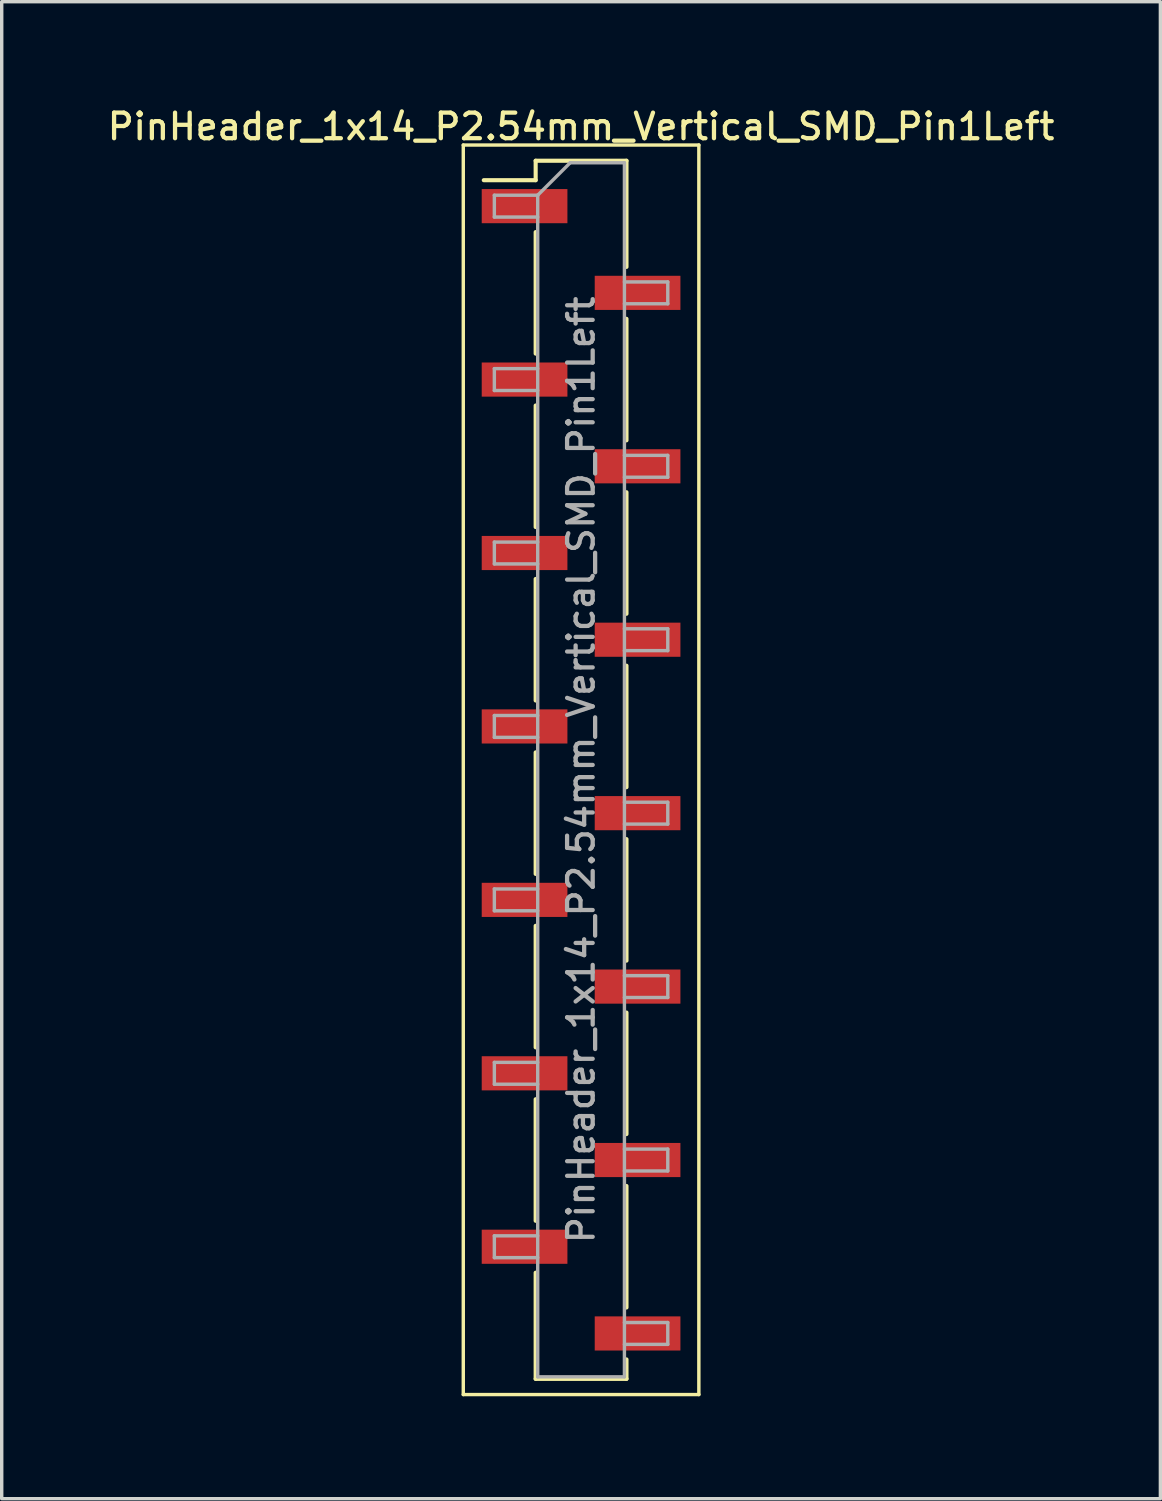
<source format=kicad_pcb>
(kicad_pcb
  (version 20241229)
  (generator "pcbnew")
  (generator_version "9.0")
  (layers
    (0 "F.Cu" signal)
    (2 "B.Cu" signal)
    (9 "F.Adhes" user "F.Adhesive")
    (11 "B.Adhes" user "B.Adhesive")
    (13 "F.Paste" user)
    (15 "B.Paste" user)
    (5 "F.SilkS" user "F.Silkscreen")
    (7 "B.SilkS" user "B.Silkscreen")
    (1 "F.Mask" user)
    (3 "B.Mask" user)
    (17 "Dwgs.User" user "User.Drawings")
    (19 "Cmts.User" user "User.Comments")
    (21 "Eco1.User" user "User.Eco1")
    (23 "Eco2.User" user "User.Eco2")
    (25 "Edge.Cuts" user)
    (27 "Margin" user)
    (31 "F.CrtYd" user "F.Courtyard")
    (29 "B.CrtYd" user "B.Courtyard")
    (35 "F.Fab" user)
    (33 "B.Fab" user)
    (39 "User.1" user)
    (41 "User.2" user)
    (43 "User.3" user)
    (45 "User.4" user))
  (footprint "PinHeader_1x14_P2.54mm_Vertical_SMD_Pin1Left"
    (layer "F.Cu")
    (at 13.97 19.498)
    (property "Reference" "PinHeader_1x14_P2.54mm_Vertical_SMD_Pin1Left" (at 0 -18.84 0) (layer "F.SilkS") (effects (font (size 0.75 0.75) (thickness 0.125))))
    (attr smd)
    (fp_line (start -3.45 -18.3) (end -3.45 18.3) (stroke (width 0.1) (type solid)) (layer "F.SilkS"))
    (fp_line (start -3.45 18.3) (end 3.45 18.3) (stroke (width 0.1) (type solid)) (layer "F.SilkS"))
    (fp_line (start -1.33 -17.84) (end -1.33 -17.27) (stroke (width 0.12) (type solid)) (layer "F.SilkS"))
    (fp_line (start -1.33 -17.84) (end 1.33 -17.84) (stroke (width 0.12) (type solid)) (layer "F.SilkS"))
    (fp_line (start -1.33 -17.27) (end -2.85 -17.27) (stroke (width 0.12) (type solid)) (layer "F.SilkS"))
    (fp_line (start -1.33 -15.75) (end -1.33 -12.19) (stroke (width 0.12) (type solid)) (layer "F.SilkS"))
    (fp_line (start -1.33 -10.67) (end -1.33 -7.11) (stroke (width 0.12) (type solid)) (layer "F.SilkS"))
    (fp_line (start -1.33 -5.59) (end -1.33 -2.03) (stroke (width 0.12) (type solid)) (layer "F.SilkS"))
    (fp_line (start -1.33 -0.51) (end -1.33 3.05) (stroke (width 0.12) (type solid)) (layer "F.SilkS"))
    (fp_line (start -1.33 4.57) (end -1.33 8.13) (stroke (width 0.12) (type solid)) (layer "F.SilkS"))
    (fp_line (start -1.33 9.65) (end -1.33 13.21) (stroke (width 0.12) (type solid)) (layer "F.SilkS"))
    (fp_line (start -1.33 14.73) (end -1.33 17.84) (stroke (width 0.12) (type solid)) (layer "F.SilkS"))
    (fp_line (start -1.33 17.84) (end 1.33 17.84) (stroke (width 0.12) (type solid)) (layer "F.SilkS"))
    (fp_line (start 1.33 -17.84) (end 1.33 -14.73) (stroke (width 0.12) (type solid)) (layer "F.SilkS"))
    (fp_line (start 1.33 -13.21) (end 1.33 -9.65) (stroke (width 0.12) (type solid)) (layer "F.SilkS"))
    (fp_line (start 1.33 -8.13) (end 1.33 -4.57) (stroke (width 0.12) (type solid)) (layer "F.SilkS"))
    (fp_line (start 1.33 -3.05) (end 1.33 0.51) (stroke (width 0.12) (type solid)) (layer "F.SilkS"))
    (fp_line (start 1.33 2.03) (end 1.33 5.59) (stroke (width 0.12) (type solid)) (layer "F.SilkS"))
    (fp_line (start 1.33 7.11) (end 1.33 10.67) (stroke (width 0.12) (type solid)) (layer "F.SilkS"))
    (fp_line (start 1.33 12.19) (end 1.33 15.75) (stroke (width 0.12) (type solid)) (layer "F.SilkS"))
    (fp_line (start 1.33 17.27) (end 1.33 17.84) (stroke (width 0.12) (type solid)) (layer "F.SilkS"))
    (fp_line (start 3.45 -18.3) (end -3.45 -18.3) (stroke (width 0.1) (type solid)) (layer "F.SilkS"))
    (fp_line (start 3.45 18.3) (end 3.45 -18.3) (stroke (width 0.1) (type solid)) (layer "F.SilkS"))
    (fp_line (start -2.54 -16.83) (end -2.54 -16.19) (stroke (width 0.1) (type solid)) (layer "F.Fab"))
    (fp_line (start -2.54 -16.19) (end -1.27 -16.19) (stroke (width 0.1) (type solid)) (layer "F.Fab"))
    (fp_line (start -2.54 -11.75) (end -2.54 -11.11) (stroke (width 0.1) (type solid)) (layer "F.Fab"))
    (fp_line (start -2.54 -11.11) (end -1.27 -11.11) (stroke (width 0.1) (type solid)) (layer "F.Fab"))
    (fp_line (start -2.54 -6.67) (end -2.54 -6.03) (stroke (width 0.1) (type solid)) (layer "F.Fab"))
    (fp_line (start -2.54 -6.03) (end -1.27 -6.03) (stroke (width 0.1) (type solid)) (layer "F.Fab"))
    (fp_line (start -2.54 -1.59) (end -2.54 -0.95) (stroke (width 0.1) (type solid)) (layer "F.Fab"))
    (fp_line (start -2.54 -0.95) (end -1.27 -0.95) (stroke (width 0.1) (type solid)) (layer "F.Fab"))
    (fp_line (start -2.54 3.49) (end -2.54 4.13) (stroke (width 0.1) (type solid)) (layer "F.Fab"))
    (fp_line (start -2.54 4.13) (end -1.27 4.13) (stroke (width 0.1) (type solid)) (layer "F.Fab"))
    (fp_line (start -2.54 8.57) (end -2.54 9.21) (stroke (width 0.1) (type solid)) (layer "F.Fab"))
    (fp_line (start -2.54 9.21) (end -1.27 9.21) (stroke (width 0.1) (type solid)) (layer "F.Fab"))
    (fp_line (start -2.54 13.65) (end -2.54 14.29) (stroke (width 0.1) (type solid)) (layer "F.Fab"))
    (fp_line (start -2.54 14.29) (end -1.27 14.29) (stroke (width 0.1) (type solid)) (layer "F.Fab"))
    (fp_line (start -1.27 -16.83) (end -2.54 -16.83) (stroke (width 0.1) (type solid)) (layer "F.Fab"))
    (fp_line (start -1.27 -16.83) (end -0.32 -17.78) (stroke (width 0.1) (type solid)) (layer "F.Fab"))
    (fp_line (start -1.27 -11.75) (end -2.54 -11.75) (stroke (width 0.1) (type solid)) (layer "F.Fab"))
    (fp_line (start -1.27 -6.67) (end -2.54 -6.67) (stroke (width 0.1) (type solid)) (layer "F.Fab"))
    (fp_line (start -1.27 -1.59) (end -2.54 -1.59) (stroke (width 0.1) (type solid)) (layer "F.Fab"))
    (fp_line (start -1.27 3.49) (end -2.54 3.49) (stroke (width 0.1) (type solid)) (layer "F.Fab"))
    (fp_line (start -1.27 8.57) (end -2.54 8.57) (stroke (width 0.1) (type solid)) (layer "F.Fab"))
    (fp_line (start -1.27 13.65) (end -2.54 13.65) (stroke (width 0.1) (type solid)) (layer "F.Fab"))
    (fp_line (start -1.27 17.78) (end -1.27 -16.83) (stroke (width 0.1) (type solid)) (layer "F.Fab"))
    (fp_line (start -0.32 -17.78) (end 1.27 -17.78) (stroke (width 0.1) (type solid)) (layer "F.Fab"))
    (fp_line (start 1.27 -17.78) (end 1.27 17.78) (stroke (width 0.1) (type solid)) (layer "F.Fab"))
    (fp_line (start 1.27 -14.29) (end 2.54 -14.29) (stroke (width 0.1) (type solid)) (layer "F.Fab"))
    (fp_line (start 1.27 -9.21) (end 2.54 -9.21) (stroke (width 0.1) (type solid)) (layer "F.Fab"))
    (fp_line (start 1.27 -4.13) (end 2.54 -4.13) (stroke (width 0.1) (type solid)) (layer "F.Fab"))
    (fp_line (start 1.27 0.95) (end 2.54 0.95) (stroke (width 0.1) (type solid)) (layer "F.Fab"))
    (fp_line (start 1.27 6.03) (end 2.54 6.03) (stroke (width 0.1) (type solid)) (layer "F.Fab"))
    (fp_line (start 1.27 11.11) (end 2.54 11.11) (stroke (width 0.1) (type solid)) (layer "F.Fab"))
    (fp_line (start 1.27 16.19) (end 2.54 16.19) (stroke (width 0.1) (type solid)) (layer "F.Fab"))
    (fp_line (start 1.27 17.78) (end -1.27 17.78) (stroke (width 0.1) (type solid)) (layer "F.Fab"))
    (fp_line (start 2.54 -14.29) (end 2.54 -13.65) (stroke (width 0.1) (type solid)) (layer "F.Fab"))
    (fp_line (start 2.54 -13.65) (end 1.27 -13.65) (stroke (width 0.1) (type solid)) (layer "F.Fab"))
    (fp_line (start 2.54 -9.21) (end 2.54 -8.57) (stroke (width 0.1) (type solid)) (layer "F.Fab"))
    (fp_line (start 2.54 -8.57) (end 1.27 -8.57) (stroke (width 0.1) (type solid)) (layer "F.Fab"))
    (fp_line (start 2.54 -4.13) (end 2.54 -3.49) (stroke (width 0.1) (type solid)) (layer "F.Fab"))
    (fp_line (start 2.54 -3.49) (end 1.27 -3.49) (stroke (width 0.1) (type solid)) (layer "F.Fab"))
    (fp_line (start 2.54 0.95) (end 2.54 1.59) (stroke (width 0.1) (type solid)) (layer "F.Fab"))
    (fp_line (start 2.54 1.59) (end 1.27 1.59) (stroke (width 0.1) (type solid)) (layer "F.Fab"))
    (fp_line (start 2.54 6.03) (end 2.54 6.67) (stroke (width 0.1) (type solid)) (layer "F.Fab"))
    (fp_line (start 2.54 6.67) (end 1.27 6.67) (stroke (width 0.1) (type solid)) (layer "F.Fab"))
    (fp_line (start 2.54 11.11) (end 2.54 11.75) (stroke (width 0.1) (type solid)) (layer "F.Fab"))
    (fp_line (start 2.54 11.75) (end 1.27 11.75) (stroke (width 0.1) (type solid)) (layer "F.Fab"))
    (fp_line (start 2.54 16.19) (end 2.54 16.83) (stroke (width 0.1) (type solid)) (layer "F.Fab"))
    (fp_line (start 2.54 16.83) (end 1.27 16.83) (stroke (width 0.1) (type solid)) (layer "F.Fab"))
    (fp_text user "${REFERENCE}" (at 0 0 90) (layer "F.Fab") (effects (font (size 0.75 0.75) (thickness 0.125))))
    (pad "1" smd rect (at -1.655 -16.51) (size 2.51 1) (layers "F.Cu" "F.Mask" "F.Paste"))
    (pad "2" smd rect (at 1.655 -13.97) (size 2.51 1) (layers "F.Cu" "F.Mask" "F.Paste"))
    (pad "3" smd rect (at -1.655 -11.43) (size 2.51 1) (layers "F.Cu" "F.Mask" "F.Paste"))
    (pad "4" smd rect (at 1.655 -8.89) (size 2.51 1) (layers "F.Cu" "F.Mask" "F.Paste"))
    (pad "5" smd rect (at -1.655 -6.35) (size 2.51 1) (layers "F.Cu" "F.Mask" "F.Paste"))
    (pad "6" smd rect (at 1.655 -3.81) (size 2.51 1) (layers "F.Cu" "F.Mask" "F.Paste"))
    (pad "7" smd rect (at -1.655 -1.27) (size 2.51 1) (layers "F.Cu" "F.Mask" "F.Paste"))
    (pad "8" smd rect (at 1.655 1.27) (size 2.51 1) (layers "F.Cu" "F.Mask" "F.Paste"))
    (pad "9" smd rect (at -1.655 3.81) (size 2.51 1) (layers "F.Cu" "F.Mask" "F.Paste"))
    (pad "10" smd rect (at 1.655 6.35) (size 2.51 1) (layers "F.Cu" "F.Mask" "F.Paste"))
    (pad "11" smd rect (at -1.655 8.89) (size 2.51 1) (layers "F.Cu" "F.Mask" "F.Paste"))
    (pad "12" smd rect (at 1.655 11.43) (size 2.51 1) (layers "F.Cu" "F.Mask" "F.Paste"))
    (pad "13" smd rect (at -1.655 13.97) (size 2.51 1) (layers "F.Cu" "F.Mask" "F.Paste"))
    (pad "14" smd rect (at 1.655 16.51) (size 2.51 1) (layers "F.Cu" "F.Mask" "F.Paste")))
  (gr_rect
    (start -3 -3)
    (end 30.939 40.848)
    (stroke (width 0.1) (type default))
    (fill no)
    (layer "Edge.Cuts")))
</source>
